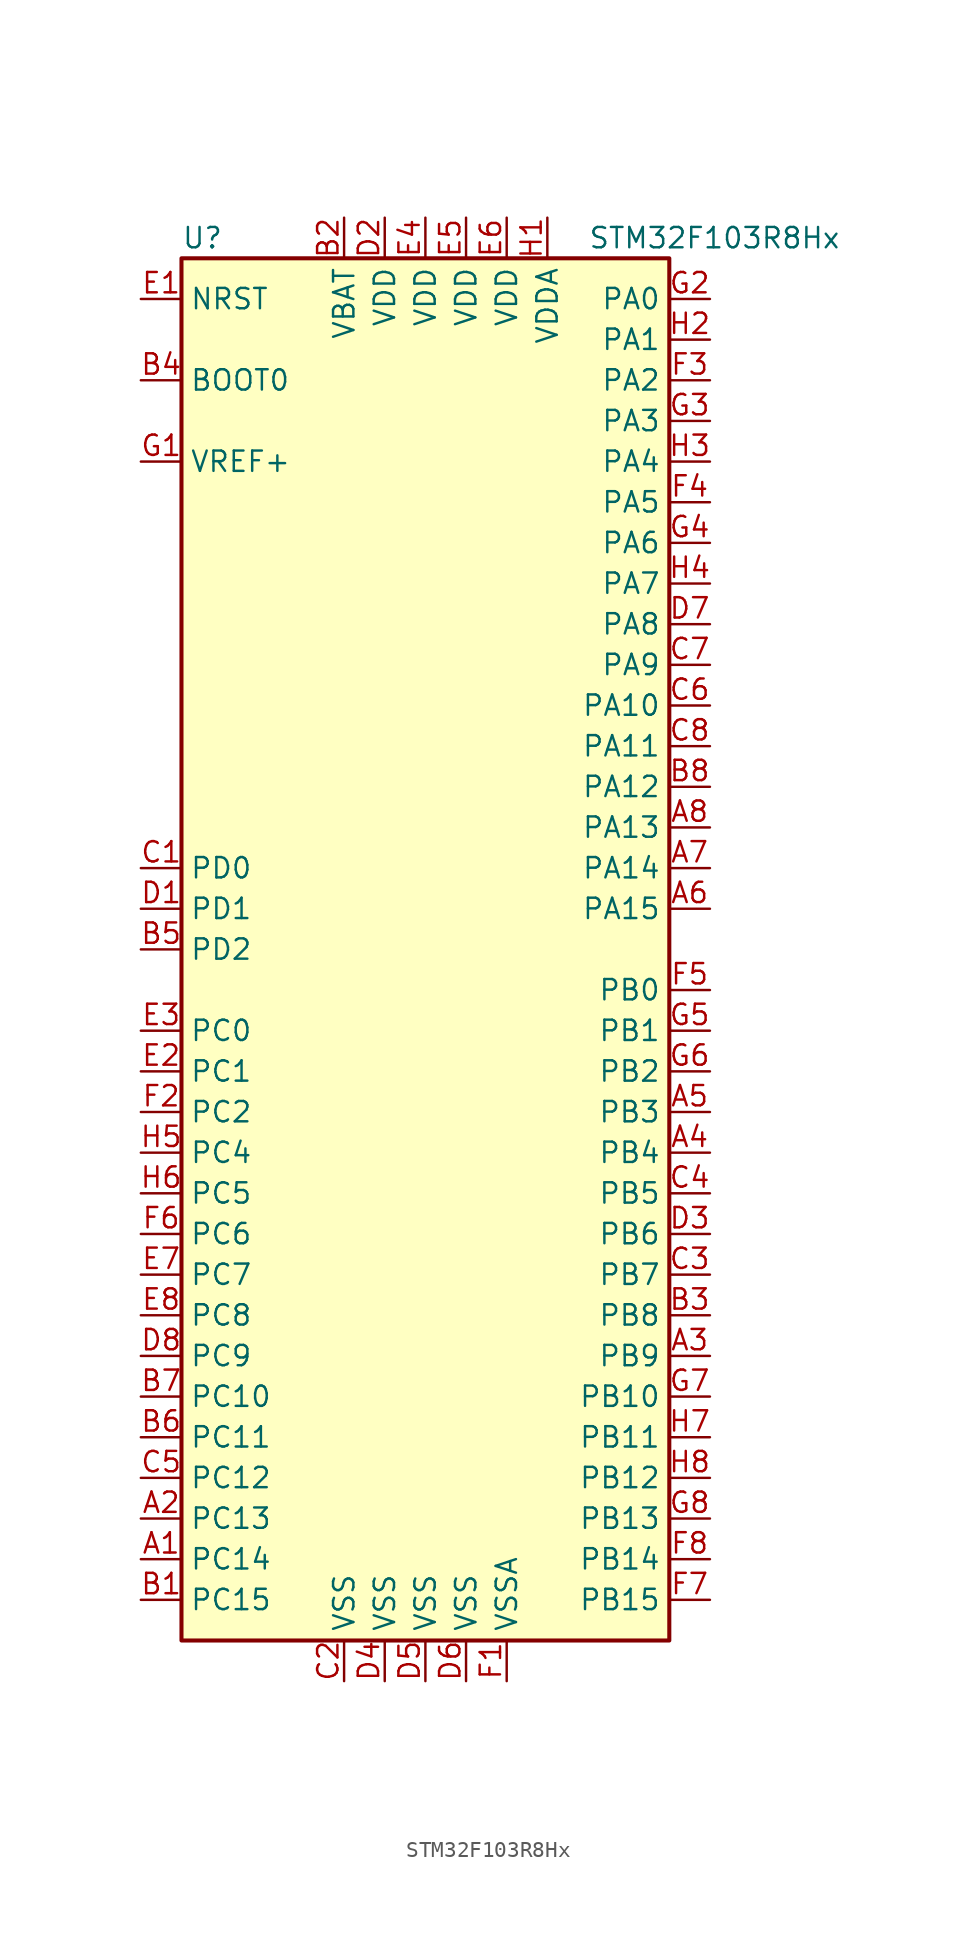
<source format=kicad_sym>
(kicad_symbol_lib
  (version 20211014)
  (generator kicad_symbol_editor)
  (symbol "STM32F103R8Hx"
    (property "Reference" "U"
      (at -15.24 44.45 0)
      (effects (font (size 1.27 1.27)) (justify left)))
    (property "Value" "STM32F103R8Hx"
      (at 10.16 44.45 0)
      (effects (font (size 1.27 1.27)) (justify left)))
    (symbol "STM32F103R8Hx_0_1"
      (rectangle (start -15.24 -43.18) (end 15.24 43.18) (stroke (width 0.254) (type default) (color 0 0 0 0)) (fill (type background))))
    (symbol "STM32F103R8Hx_1_1"
      (pin bidirectional line (at -17.78 -38.1 0) (length 2.54) (name "PC14" (effects (font (size 1.27 1.27)))) (number "A1" (effects (font (size 1.27 1.27)))))
      (pin bidirectional line (at -17.78 -35.56 0) (length 2.54) (name "PC13" (effects (font (size 1.27 1.27)))) (number "A2" (effects (font (size 1.27 1.27)))))
      (pin bidirectional line (at 17.78 -25.4 180) (length 2.54) (name "PB9" (effects (font (size 1.27 1.27)))) (number "A3" (effects (font (size 1.27 1.27)))))
      (pin bidirectional line (at 17.78 -12.7 180) (length 2.54) (name "PB4" (effects (font (size 1.27 1.27)))) (number "A4" (effects (font (size 1.27 1.27)))))
      (pin bidirectional line (at 17.78 -10.16 180) (length 2.54) (name "PB3" (effects (font (size 1.27 1.27)))) (number "A5" (effects (font (size 1.27 1.27)))))
      (pin bidirectional line (at 17.78 2.54 180) (length 2.54) (name "PA15" (effects (font (size 1.27 1.27)))) (number "A6" (effects (font (size 1.27 1.27)))))
      (pin bidirectional line (at 17.78 5.08 180) (length 2.54) (name "PA14" (effects (font (size 1.27 1.27)))) (number "A7" (effects (font (size 1.27 1.27)))))
      (pin bidirectional line (at 17.78 7.62 180) (length 2.54) (name "PA13" (effects (font (size 1.27 1.27)))) (number "A8" (effects (font (size 1.27 1.27)))))
      (pin bidirectional line (at -17.78 -40.64 0) (length 2.54) (name "PC15" (effects (font (size 1.27 1.27)))) (number "B1" (effects (font (size 1.27 1.27)))))
      (pin power_in line (at -5.08 45.72 270) (length 2.54) (name "VBAT" (effects (font (size 1.27 1.27)))) (number "B2" (effects (font (size 1.27 1.27)))))
      (pin bidirectional line (at 17.78 -22.86 180) (length 2.54) (name "PB8" (effects (font (size 1.27 1.27)))) (number "B3" (effects (font (size 1.27 1.27)))))
      (pin input line (at -17.78 35.56 0) (length 2.54) (name "BOOT0" (effects (font (size 1.27 1.27)))) (number "B4" (effects (font (size 1.27 1.27)))))
      (pin bidirectional line (at -17.78 0 0) (length 2.54) (name "PD2" (effects (font (size 1.27 1.27)))) (number "B5" (effects (font (size 1.27 1.27)))))
      (pin bidirectional line (at -17.78 -30.48 0) (length 2.54) (name "PC11" (effects (font (size 1.27 1.27)))) (number "B6" (effects (font (size 1.27 1.27)))))
      (pin bidirectional line (at -17.78 -27.94 0) (length 2.54) (name "PC10" (effects (font (size 1.27 1.27)))) (number "B7" (effects (font (size 1.27 1.27)))))
      (pin bidirectional line (at 17.78 10.16 180) (length 2.54) (name "PA12" (effects (font (size 1.27 1.27)))) (number "B8" (effects (font (size 1.27 1.27)))))
      (pin input line (at -17.78 5.08 0) (length 2.54) (name "PD0" (effects (font (size 1.27 1.27)))) (number "C1" (effects (font (size 1.27 1.27)))))
      (pin power_in line (at -5.08 -45.72 90) (length 2.54) (name "VSS" (effects (font (size 1.27 1.27)))) (number "C2" (effects (font (size 1.27 1.27)))))
      (pin bidirectional line (at 17.78 -20.32 180) (length 2.54) (name "PB7" (effects (font (size 1.27 1.27)))) (number "C3" (effects (font (size 1.27 1.27)))))
      (pin bidirectional line (at 17.78 -15.24 180) (length 2.54) (name "PB5" (effects (font (size 1.27 1.27)))) (number "C4" (effects (font (size 1.27 1.27)))))
      (pin bidirectional line (at -17.78 -33.02 0) (length 2.54) (name "PC12" (effects (font (size 1.27 1.27)))) (number "C5" (effects (font (size 1.27 1.27)))))
      (pin bidirectional line (at 17.78 15.24 180) (length 2.54) (name "PA10" (effects (font (size 1.27 1.27)))) (number "C6" (effects (font (size 1.27 1.27)))))
      (pin bidirectional line (at 17.78 17.78 180) (length 2.54) (name "PA9" (effects (font (size 1.27 1.27)))) (number "C7" (effects (font (size 1.27 1.27)))))
      (pin bidirectional line (at 17.78 12.7 180) (length 2.54) (name "PA11" (effects (font (size 1.27 1.27)))) (number "C8" (effects (font (size 1.27 1.27)))))
      (pin input line (at -17.78 2.54 0) (length 2.54) (name "PD1" (effects (font (size 1.27 1.27)))) (number "D1" (effects (font (size 1.27 1.27)))))
      (pin power_in line (at -2.54 45.72 270) (length 2.54) (name "VDD" (effects (font (size 1.27 1.27)))) (number "D2" (effects (font (size 1.27 1.27)))))
      (pin bidirectional line (at 17.78 -17.78 180) (length 2.54) (name "PB6" (effects (font (size 1.27 1.27)))) (number "D3" (effects (font (size 1.27 1.27)))))
      (pin power_in line (at -2.54 -45.72 90) (length 2.54) (name "VSS" (effects (font (size 1.27 1.27)))) (number "D4" (effects (font (size 1.27 1.27)))))
      (pin power_in line (at 0 -45.72 90) (length 2.54) (name "VSS" (effects (font (size 1.27 1.27)))) (number "D5" (effects (font (size 1.27 1.27)))))
      (pin power_in line (at 2.54 -45.72 90) (length 2.54) (name "VSS" (effects (font (size 1.27 1.27)))) (number "D6" (effects (font (size 1.27 1.27)))))
      (pin bidirectional line (at 17.78 20.32 180) (length 2.54) (name "PA8" (effects (font (size 1.27 1.27)))) (number "D7" (effects (font (size 1.27 1.27)))))
      (pin bidirectional line (at -17.78 -25.4 0) (length 2.54) (name "PC9" (effects (font (size 1.27 1.27)))) (number "D8" (effects (font (size 1.27 1.27)))))
      (pin input line (at -17.78 40.64 0) (length 2.54) (name "NRST" (effects (font (size 1.27 1.27)))) (number "E1" (effects (font (size 1.27 1.27)))))
      (pin bidirectional line (at -17.78 -7.62 0) (length 2.54) (name "PC1" (effects (font (size 1.27 1.27)))) (number "E2" (effects (font (size 1.27 1.27)))))
      (pin bidirectional line (at -17.78 -5.08 0) (length 2.54) (name "PC0" (effects (font (size 1.27 1.27)))) (number "E3" (effects (font (size 1.27 1.27)))))
      (pin power_in line (at 0 45.72 270) (length 2.54) (name "VDD" (effects (font (size 1.27 1.27)))) (number "E4" (effects (font (size 1.27 1.27)))))
      (pin power_in line (at 2.54 45.72 270) (length 2.54) (name "VDD" (effects (font (size 1.27 1.27)))) (number "E5" (effects (font (size 1.27 1.27)))))
      (pin power_in line (at 5.08 45.72 270) (length 2.54) (name "VDD" (effects (font (size 1.27 1.27)))) (number "E6" (effects (font (size 1.27 1.27)))))
      (pin bidirectional line (at -17.78 -20.32 0) (length 2.54) (name "PC7" (effects (font (size 1.27 1.27)))) (number "E7" (effects (font (size 1.27 1.27)))))
      (pin bidirectional line (at -17.78 -22.86 0) (length 2.54) (name "PC8" (effects (font (size 1.27 1.27)))) (number "E8" (effects (font (size 1.27 1.27)))))
      (pin power_in line (at 5.08 -45.72 90) (length 2.54) (name "VSSA" (effects (font (size 1.27 1.27)))) (number "F1" (effects (font (size 1.27 1.27)))))
      (pin bidirectional line (at -17.78 -10.16 0) (length 2.54) (name "PC2" (effects (font (size 1.27 1.27)))) (number "F2" (effects (font (size 1.27 1.27)))))
      (pin bidirectional line (at 17.78 35.56 180) (length 2.54) (name "PA2" (effects (font (size 1.27 1.27)))) (number "F3" (effects (font (size 1.27 1.27)))))
      (pin bidirectional line (at 17.78 27.94 180) (length 2.54) (name "PA5" (effects (font (size 1.27 1.27)))) (number "F4" (effects (font (size 1.27 1.27)))))
      (pin bidirectional line (at 17.78 -2.54 180) (length 2.54) (name "PB0" (effects (font (size 1.27 1.27)))) (number "F5" (effects (font (size 1.27 1.27)))))
      (pin bidirectional line (at -17.78 -17.78 0) (length 2.54) (name "PC6" (effects (font (size 1.27 1.27)))) (number "F6" (effects (font (size 1.27 1.27)))))
      (pin bidirectional line (at 17.78 -40.64 180) (length 2.54) (name "PB15" (effects (font (size 1.27 1.27)))) (number "F7" (effects (font (size 1.27 1.27)))))
      (pin bidirectional line (at 17.78 -38.1 180) (length 2.54) (name "PB14" (effects (font (size 1.27 1.27)))) (number "F8" (effects (font (size 1.27 1.27)))))
      (pin power_in line (at -17.78 30.48 0) (length 2.54) (name "VREF+" (effects (font (size 1.27 1.27)))) (number "G1" (effects (font (size 1.27 1.27)))))
      (pin bidirectional line (at 17.78 40.64 180) (length 2.54) (name "PA0" (effects (font (size 1.27 1.27)))) (number "G2" (effects (font (size 1.27 1.27)))))
      (pin bidirectional line (at 17.78 33.02 180) (length 2.54) (name "PA3" (effects (font (size 1.27 1.27)))) (number "G3" (effects (font (size 1.27 1.27)))))
      (pin bidirectional line (at 17.78 25.4 180) (length 2.54) (name "PA6" (effects (font (size 1.27 1.27)))) (number "G4" (effects (font (size 1.27 1.27)))))
      (pin bidirectional line (at 17.78 -5.08 180) (length 2.54) (name "PB1" (effects (font (size 1.27 1.27)))) (number "G5" (effects (font (size 1.27 1.27)))))
      (pin bidirectional line (at 17.78 -7.62 180) (length 2.54) (name "PB2" (effects (font (size 1.27 1.27)))) (number "G6" (effects (font (size 1.27 1.27)))))
      (pin bidirectional line (at 17.78 -27.94 180) (length 2.54) (name "PB10" (effects (font (size 1.27 1.27)))) (number "G7" (effects (font (size 1.27 1.27)))))
      (pin bidirectional line (at 17.78 -35.56 180) (length 2.54) (name "PB13" (effects (font (size 1.27 1.27)))) (number "G8" (effects (font (size 1.27 1.27)))))
      (pin power_in line (at 7.62 45.72 270) (length 2.54) (name "VDDA" (effects (font (size 1.27 1.27)))) (number "H1" (effects (font (size 1.27 1.27)))))
      (pin bidirectional line (at 17.78 38.1 180) (length 2.54) (name "PA1" (effects (font (size 1.27 1.27)))) (number "H2" (effects (font (size 1.27 1.27)))))
      (pin bidirectional line (at 17.78 30.48 180) (length 2.54) (name "PA4" (effects (font (size 1.27 1.27)))) (number "H3" (effects (font (size 1.27 1.27)))))
      (pin bidirectional line (at 17.78 22.86 180) (length 2.54) (name "PA7" (effects (font (size 1.27 1.27)))) (number "H4" (effects (font (size 1.27 1.27)))))
      (pin bidirectional line (at -17.78 -12.7 0) (length 2.54) (name "PC4" (effects (font (size 1.27 1.27)))) (number "H5" (effects (font (size 1.27 1.27)))))
      (pin bidirectional line (at -17.78 -15.24 0) (length 2.54) (name "PC5" (effects (font (size 1.27 1.27)))) (number "H6" (effects (font (size 1.27 1.27)))))
      (pin bidirectional line (at 17.78 -30.48 180) (length 2.54) (name "PB11" (effects (font (size 1.27 1.27)))) (number "H7" (effects (font (size 1.27 1.27)))))
      (pin bidirectional line (at 17.78 -33.02 180) (length 2.54) (name "PB12" (effects (font (size 1.27 1.27)))) (number "H8" (effects (font (size 1.27 1.27))))))))
</source>
